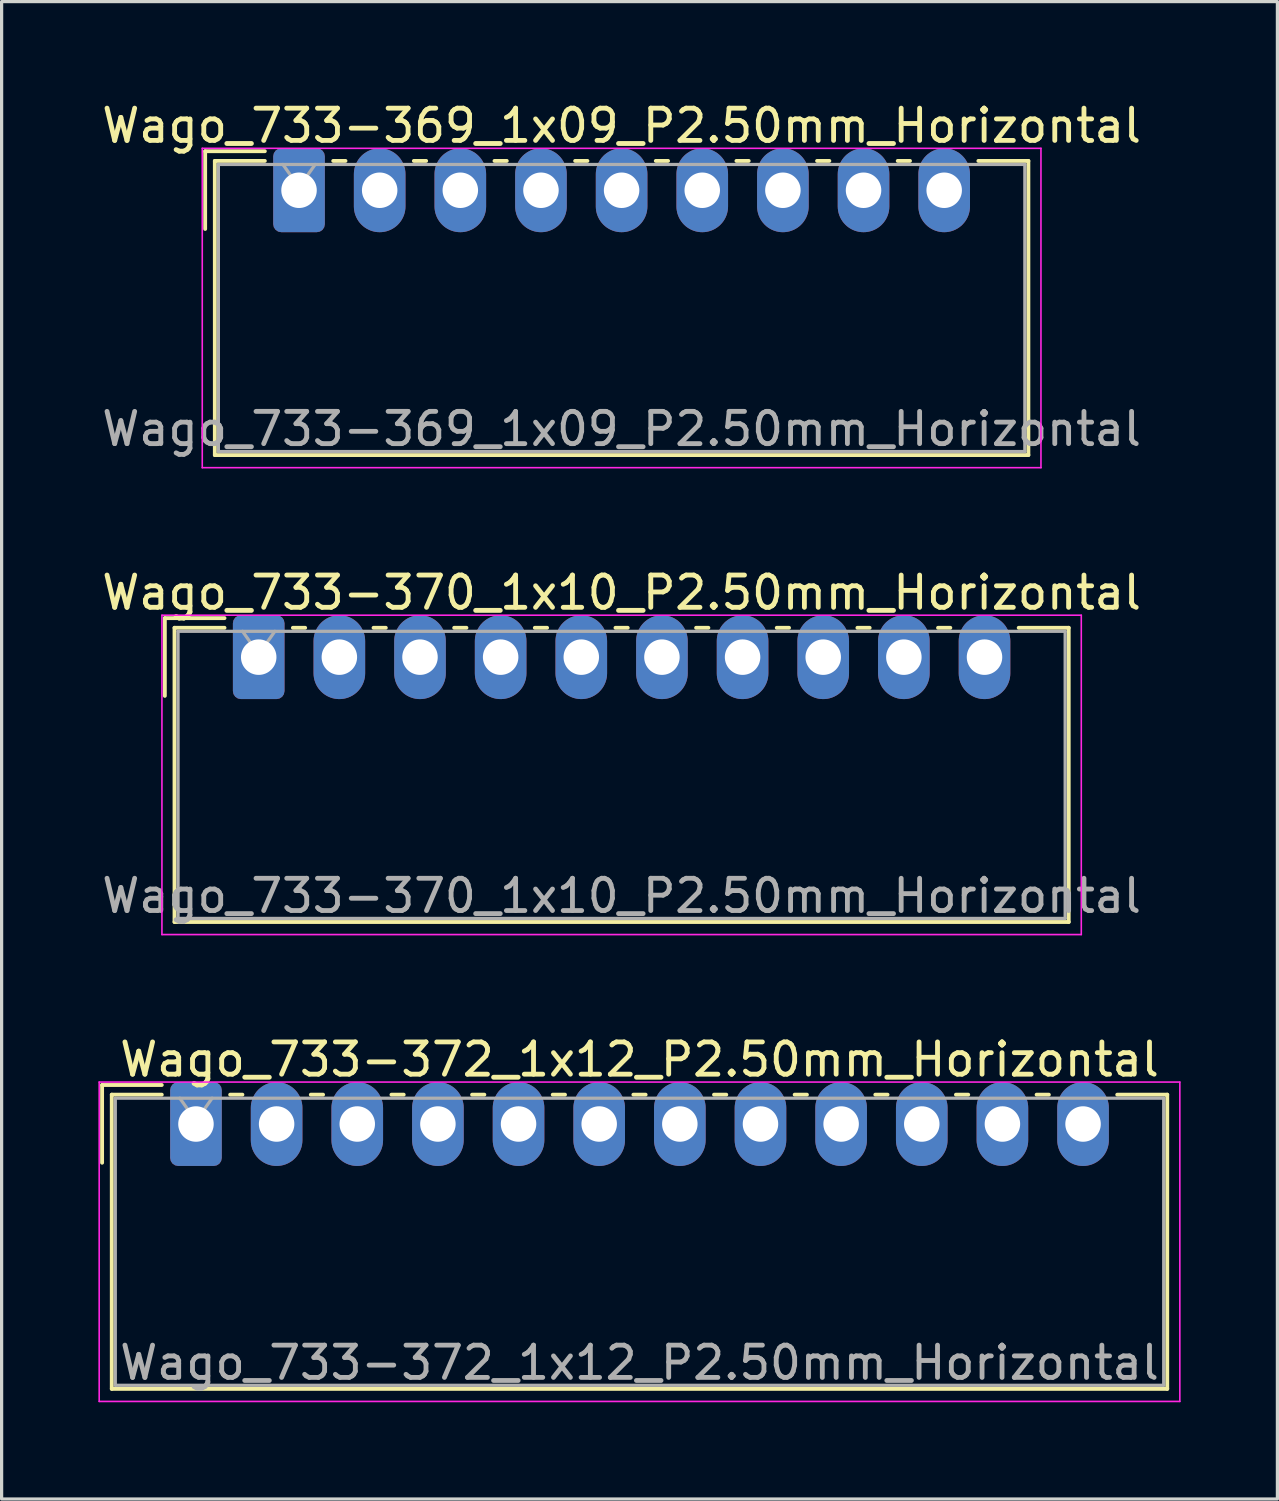
<source format=kicad_pcb>
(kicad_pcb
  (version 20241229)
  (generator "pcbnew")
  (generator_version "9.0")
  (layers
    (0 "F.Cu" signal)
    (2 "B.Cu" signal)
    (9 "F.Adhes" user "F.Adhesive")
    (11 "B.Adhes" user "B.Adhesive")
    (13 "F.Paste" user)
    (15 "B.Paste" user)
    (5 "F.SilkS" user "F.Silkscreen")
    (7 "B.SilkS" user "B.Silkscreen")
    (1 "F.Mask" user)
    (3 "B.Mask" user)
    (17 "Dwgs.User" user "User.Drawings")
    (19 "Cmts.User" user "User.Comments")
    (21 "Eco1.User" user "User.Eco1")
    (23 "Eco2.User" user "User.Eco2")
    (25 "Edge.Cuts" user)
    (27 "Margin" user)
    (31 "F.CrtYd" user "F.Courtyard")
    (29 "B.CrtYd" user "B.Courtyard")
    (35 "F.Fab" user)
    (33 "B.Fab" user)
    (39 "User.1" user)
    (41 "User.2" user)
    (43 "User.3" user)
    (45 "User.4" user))
  (footprint "Wago_733-372_1x12_P2.50mm_Horizontal"
    (layer "F.Cu")
    (at 3.025 31.795)
    (property "Reference" "Wago_733-372_1x12_P2.50mm_Horizontal" (at 13.75 -2 0) (layer "F.SilkS") (effects (font (size 1 1) (thickness 0.15))))
    (attr through_hole)
    (fp_line (start -2.91 -1.21) (end -1.06 -1.21) (stroke (width 0.12) (type solid)) (layer "F.SilkS"))
    (fp_line (start -2.91 1.2) (end -2.91 -1.21) (stroke (width 0.12) (type solid)) (layer "F.SilkS"))
    (fp_line (start -2.61 -0.91) (end -2.61 8.21) (stroke (width 0.12) (type solid)) (layer "F.SilkS"))
    (fp_line (start -2.61 8.21) (end 30.11 8.21) (stroke (width 0.12) (type solid)) (layer "F.SilkS"))
    (fp_line (start -1.06 -0.91) (end -2.61 -0.91) (stroke (width 0.12) (type solid)) (layer "F.SilkS"))
    (fp_line (start 1.06 -0.91) (end 1.44 -0.91) (stroke (width 0.12) (type solid)) (layer "F.SilkS"))
    (fp_line (start 3.56 -0.91) (end 3.94 -0.91) (stroke (width 0.12) (type solid)) (layer "F.SilkS"))
    (fp_line (start 6.06 -0.91) (end 6.44 -0.91) (stroke (width 0.12) (type solid)) (layer "F.SilkS"))
    (fp_line (start 8.56 -0.91) (end 8.94 -0.91) (stroke (width 0.12) (type solid)) (layer "F.SilkS"))
    (fp_line (start 11.06 -0.91) (end 11.44 -0.91) (stroke (width 0.12) (type solid)) (layer "F.SilkS"))
    (fp_line (start 13.56 -0.91) (end 13.94 -0.91) (stroke (width 0.12) (type solid)) (layer "F.SilkS"))
    (fp_line (start 16.06 -0.91) (end 16.44 -0.91) (stroke (width 0.12) (type solid)) (layer "F.SilkS"))
    (fp_line (start 18.56 -0.91) (end 18.94 -0.91) (stroke (width 0.12) (type solid)) (layer "F.SilkS"))
    (fp_line (start 21.06 -0.91) (end 21.44 -0.91) (stroke (width 0.12) (type solid)) (layer "F.SilkS"))
    (fp_line (start 23.56 -0.91) (end 23.94 -0.91) (stroke (width 0.12) (type solid)) (layer "F.SilkS"))
    (fp_line (start 26.06 -0.91) (end 26.44 -0.91) (stroke (width 0.12) (type solid)) (layer "F.SilkS"))
    (fp_line (start 30.11 -0.91) (end 28.56 -0.91) (stroke (width 0.12) (type solid)) (layer "F.SilkS"))
    (fp_line (start 30.11 8.21) (end 30.11 -0.91) (stroke (width 0.12) (type solid)) (layer "F.SilkS"))
    (fp_line (start -3 -1.3) (end -3 8.6) (stroke (width 0.05) (type solid)) (layer "F.CrtYd"))
    (fp_line (start -3 8.6) (end 30.5 8.6) (stroke (width 0.05) (type solid)) (layer "F.CrtYd"))
    (fp_line (start 30.5 -1.3) (end -3 -1.3) (stroke (width 0.05) (type solid)) (layer "F.CrtYd"))
    (fp_line (start 30.5 8.6) (end 30.5 -1.3) (stroke (width 0.05) (type solid)) (layer "F.CrtYd"))
    (fp_line (start -2.5 -0.8) (end -2.5 8.1) (stroke (width 0.1) (type solid)) (layer "F.Fab"))
    (fp_line (start -2.5 8.1) (end 30 8.1) (stroke (width 0.1) (type solid)) (layer "F.Fab"))
    (fp_line (start -0.5 -0.8) (end 0 -0.093) (stroke (width 0.1) (type solid)) (layer "F.Fab"))
    (fp_line (start 0 -0.093) (end 0.5 -0.8) (stroke (width 0.1) (type solid)) (layer "F.Fab"))
    (fp_line (start 30 -0.8) (end -2.5 -0.8) (stroke (width 0.1) (type solid)) (layer "F.Fab"))
    (fp_line (start 30 8.1) (end 30 -0.8) (stroke (width 0.1) (type solid)) (layer "F.Fab"))
    (fp_text user "${REFERENCE}" (at 13.75 7.4 0) (layer "F.Fab") (effects (font (size 1 1) (thickness 0.15))))
    (pad "1" thru_hole roundrect (at 0 0) (size 1.6 2.6) (drill 1.1) (layers "*.Cu" "*.Mask") (roundrect_rratio 0.156))
    (pad "2" thru_hole oval (at 2.5 0) (size 1.6 2.6) (drill 1.1) (layers "*.Cu" "*.Mask"))
    (pad "3" thru_hole oval (at 5 0) (size 1.6 2.6) (drill 1.1) (layers "*.Cu" "*.Mask"))
    (pad "4" thru_hole oval (at 7.5 0) (size 1.6 2.6) (drill 1.1) (layers "*.Cu" "*.Mask"))
    (pad "5" thru_hole oval (at 10 0) (size 1.6 2.6) (drill 1.1) (layers "*.Cu" "*.Mask"))
    (pad "6" thru_hole oval (at 12.5 0) (size 1.6 2.6) (drill 1.1) (layers "*.Cu" "*.Mask"))
    (pad "7" thru_hole oval (at 15 0) (size 1.6 2.6) (drill 1.1) (layers "*.Cu" "*.Mask"))
    (pad "8" thru_hole oval (at 17.5 0) (size 1.6 2.6) (drill 1.1) (layers "*.Cu" "*.Mask"))
    (pad "9" thru_hole oval (at 20 0) (size 1.6 2.6) (drill 1.1) (layers "*.Cu" "*.Mask"))
    (pad "10" thru_hole oval (at 22.5 0) (size 1.6 2.6) (drill 1.1) (layers "*.Cu" "*.Mask"))
    (pad "11" thru_hole oval (at 25 0) (size 1.6 2.6) (drill 1.1) (layers "*.Cu" "*.Mask"))
    (pad "12" thru_hole oval (at 27.5 0) (size 1.6 2.6) (drill 1.1) (layers "*.Cu" "*.Mask")))
  (footprint "Wago_733-369_1x09_P2.50mm_Horizontal"
    (layer "F.Cu")
    (at 6.22 2.848)
    (property "Reference" "Wago_733-369_1x09_P2.50mm_Horizontal" (at 10 -2 0) (layer "F.SilkS") (effects (font (size 1 1) (thickness 0.15))))
    (attr through_hole)
    (fp_line (start -2.91 -1.21) (end -1.06 -1.21) (stroke (width 0.12) (type solid)) (layer "F.SilkS"))
    (fp_line (start -2.91 1.2) (end -2.91 -1.21) (stroke (width 0.12) (type solid)) (layer "F.SilkS"))
    (fp_line (start -2.61 -0.91) (end -2.61 8.21) (stroke (width 0.12) (type solid)) (layer "F.SilkS"))
    (fp_line (start -2.61 8.21) (end 22.61 8.21) (stroke (width 0.12) (type solid)) (layer "F.SilkS"))
    (fp_line (start -1.06 -0.91) (end -2.61 -0.91) (stroke (width 0.12) (type solid)) (layer "F.SilkS"))
    (fp_line (start 1.06 -0.91) (end 1.44 -0.91) (stroke (width 0.12) (type solid)) (layer "F.SilkS"))
    (fp_line (start 3.56 -0.91) (end 3.94 -0.91) (stroke (width 0.12) (type solid)) (layer "F.SilkS"))
    (fp_line (start 6.06 -0.91) (end 6.44 -0.91) (stroke (width 0.12) (type solid)) (layer "F.SilkS"))
    (fp_line (start 8.56 -0.91) (end 8.94 -0.91) (stroke (width 0.12) (type solid)) (layer "F.SilkS"))
    (fp_line (start 11.06 -0.91) (end 11.44 -0.91) (stroke (width 0.12) (type solid)) (layer "F.SilkS"))
    (fp_line (start 13.56 -0.91) (end 13.94 -0.91) (stroke (width 0.12) (type solid)) (layer "F.SilkS"))
    (fp_line (start 16.06 -0.91) (end 16.44 -0.91) (stroke (width 0.12) (type solid)) (layer "F.SilkS"))
    (fp_line (start 18.56 -0.91) (end 18.94 -0.91) (stroke (width 0.12) (type solid)) (layer "F.SilkS"))
    (fp_line (start 22.61 -0.91) (end 21.06 -0.91) (stroke (width 0.12) (type solid)) (layer "F.SilkS"))
    (fp_line (start 22.61 8.21) (end 22.61 -0.91) (stroke (width 0.12) (type solid)) (layer "F.SilkS"))
    (fp_line (start -3 -1.3) (end -3 8.6) (stroke (width 0.05) (type solid)) (layer "F.CrtYd"))
    (fp_line (start -3 8.6) (end 23 8.6) (stroke (width 0.05) (type solid)) (layer "F.CrtYd"))
    (fp_line (start 23 -1.3) (end -3 -1.3) (stroke (width 0.05) (type solid)) (layer "F.CrtYd"))
    (fp_line (start 23 8.6) (end 23 -1.3) (stroke (width 0.05) (type solid)) (layer "F.CrtYd"))
    (fp_line (start -2.5 -0.8) (end -2.5 8.1) (stroke (width 0.1) (type solid)) (layer "F.Fab"))
    (fp_line (start -2.5 8.1) (end 22.5 8.1) (stroke (width 0.1) (type solid)) (layer "F.Fab"))
    (fp_line (start -0.5 -0.8) (end 0 -0.093) (stroke (width 0.1) (type solid)) (layer "F.Fab"))
    (fp_line (start 0 -0.093) (end 0.5 -0.8) (stroke (width 0.1) (type solid)) (layer "F.Fab"))
    (fp_line (start 22.5 -0.8) (end -2.5 -0.8) (stroke (width 0.1) (type solid)) (layer "F.Fab"))
    (fp_line (start 22.5 8.1) (end 22.5 -0.8) (stroke (width 0.1) (type solid)) (layer "F.Fab"))
    (fp_text user "${REFERENCE}" (at 10 7.4 0) (layer "F.Fab") (effects (font (size 1 1) (thickness 0.15))))
    (pad "1" thru_hole roundrect (at 0 0) (size 1.6 2.6) (drill 1.1) (layers "*.Cu" "*.Mask") (roundrect_rratio 0.156))
    (pad "2" thru_hole oval (at 2.5 0) (size 1.6 2.6) (drill 1.1) (layers "*.Cu" "*.Mask"))
    (pad "3" thru_hole oval (at 5 0) (size 1.6 2.6) (drill 1.1) (layers "*.Cu" "*.Mask"))
    (pad "4" thru_hole oval (at 7.5 0) (size 1.6 2.6) (drill 1.1) (layers "*.Cu" "*.Mask"))
    (pad "5" thru_hole oval (at 10 0) (size 1.6 2.6) (drill 1.1) (layers "*.Cu" "*.Mask"))
    (pad "6" thru_hole oval (at 12.5 0) (size 1.6 2.6) (drill 1.1) (layers "*.Cu" "*.Mask"))
    (pad "7" thru_hole oval (at 15 0) (size 1.6 2.6) (drill 1.1) (layers "*.Cu" "*.Mask"))
    (pad "8" thru_hole oval (at 17.5 0) (size 1.6 2.6) (drill 1.1) (layers "*.Cu" "*.Mask"))
    (pad "9" thru_hole oval (at 20 0) (size 1.6 2.6) (drill 1.1) (layers "*.Cu" "*.Mask")))
  (footprint "Wago_733-370_1x10_P2.50mm_Horizontal"
    (layer "F.Cu")
    (at 4.97 17.322)
    (property "Reference" "Wago_733-370_1x10_P2.50mm_Horizontal" (at 11.25 -2 0) (layer "F.SilkS") (effects (font (size 1 1) (thickness 0.15))))
    (attr through_hole)
    (fp_line (start -2.91 -1.21) (end -1.06 -1.21) (stroke (width 0.12) (type solid)) (layer "F.SilkS"))
    (fp_line (start -2.91 1.2) (end -2.91 -1.21) (stroke (width 0.12) (type solid)) (layer "F.SilkS"))
    (fp_line (start -2.61 -0.91) (end -2.61 8.21) (stroke (width 0.12) (type solid)) (layer "F.SilkS"))
    (fp_line (start -2.61 8.21) (end 25.11 8.21) (stroke (width 0.12) (type solid)) (layer "F.SilkS"))
    (fp_line (start -1.06 -0.91) (end -2.61 -0.91) (stroke (width 0.12) (type solid)) (layer "F.SilkS"))
    (fp_line (start 1.06 -0.91) (end 1.44 -0.91) (stroke (width 0.12) (type solid)) (layer "F.SilkS"))
    (fp_line (start 3.56 -0.91) (end 3.94 -0.91) (stroke (width 0.12) (type solid)) (layer "F.SilkS"))
    (fp_line (start 6.06 -0.91) (end 6.44 -0.91) (stroke (width 0.12) (type solid)) (layer "F.SilkS"))
    (fp_line (start 8.56 -0.91) (end 8.94 -0.91) (stroke (width 0.12) (type solid)) (layer "F.SilkS"))
    (fp_line (start 11.06 -0.91) (end 11.44 -0.91) (stroke (width 0.12) (type solid)) (layer "F.SilkS"))
    (fp_line (start 13.56 -0.91) (end 13.94 -0.91) (stroke (width 0.12) (type solid)) (layer "F.SilkS"))
    (fp_line (start 16.06 -0.91) (end 16.44 -0.91) (stroke (width 0.12) (type solid)) (layer "F.SilkS"))
    (fp_line (start 18.56 -0.91) (end 18.94 -0.91) (stroke (width 0.12) (type solid)) (layer "F.SilkS"))
    (fp_line (start 21.06 -0.91) (end 21.44 -0.91) (stroke (width 0.12) (type solid)) (layer "F.SilkS"))
    (fp_line (start 25.11 -0.91) (end 23.56 -0.91) (stroke (width 0.12) (type solid)) (layer "F.SilkS"))
    (fp_line (start 25.11 8.21) (end 25.11 -0.91) (stroke (width 0.12) (type solid)) (layer "F.SilkS"))
    (fp_line (start -3 -1.3) (end -3 8.6) (stroke (width 0.05) (type solid)) (layer "F.CrtYd"))
    (fp_line (start -3 8.6) (end 25.5 8.6) (stroke (width 0.05) (type solid)) (layer "F.CrtYd"))
    (fp_line (start 25.5 -1.3) (end -3 -1.3) (stroke (width 0.05) (type solid)) (layer "F.CrtYd"))
    (fp_line (start 25.5 8.6) (end 25.5 -1.3) (stroke (width 0.05) (type solid)) (layer "F.CrtYd"))
    (fp_line (start -2.5 -0.8) (end -2.5 8.1) (stroke (width 0.1) (type solid)) (layer "F.Fab"))
    (fp_line (start -2.5 8.1) (end 25 8.1) (stroke (width 0.1) (type solid)) (layer "F.Fab"))
    (fp_line (start -0.5 -0.8) (end 0 -0.093) (stroke (width 0.1) (type solid)) (layer "F.Fab"))
    (fp_line (start 0 -0.093) (end 0.5 -0.8) (stroke (width 0.1) (type solid)) (layer "F.Fab"))
    (fp_line (start 25 -0.8) (end -2.5 -0.8) (stroke (width 0.1) (type solid)) (layer "F.Fab"))
    (fp_line (start 25 8.1) (end 25 -0.8) (stroke (width 0.1) (type solid)) (layer "F.Fab"))
    (fp_text user "${REFERENCE}" (at 11.25 7.4 0) (layer "F.Fab") (effects (font (size 1 1) (thickness 0.15))))
    (pad "1" thru_hole roundrect (at 0 0) (size 1.6 2.6) (drill 1.1) (layers "*.Cu" "*.Mask") (roundrect_rratio 0.156))
    (pad "2" thru_hole oval (at 2.5 0) (size 1.6 2.6) (drill 1.1) (layers "*.Cu" "*.Mask"))
    (pad "3" thru_hole oval (at 5 0) (size 1.6 2.6) (drill 1.1) (layers "*.Cu" "*.Mask"))
    (pad "4" thru_hole oval (at 7.5 0) (size 1.6 2.6) (drill 1.1) (layers "*.Cu" "*.Mask"))
    (pad "5" thru_hole oval (at 10 0) (size 1.6 2.6) (drill 1.1) (layers "*.Cu" "*.Mask"))
    (pad "6" thru_hole oval (at 12.5 0) (size 1.6 2.6) (drill 1.1) (layers "*.Cu" "*.Mask"))
    (pad "7" thru_hole oval (at 15 0) (size 1.6 2.6) (drill 1.1) (layers "*.Cu" "*.Mask"))
    (pad "8" thru_hole oval (at 17.5 0) (size 1.6 2.6) (drill 1.1) (layers "*.Cu" "*.Mask"))
    (pad "9" thru_hole oval (at 20 0) (size 1.6 2.6) (drill 1.1) (layers "*.Cu" "*.Mask"))
    (pad "10" thru_hole oval (at 22.5 0) (size 1.6 2.6) (drill 1.1) (layers "*.Cu" "*.Mask")))
  (gr_rect
    (start -3 -3)
    (end 36.55 43.42)
    (stroke (width 0.1) (type default))
    (fill no)
    (layer "Edge.Cuts")))
</source>
